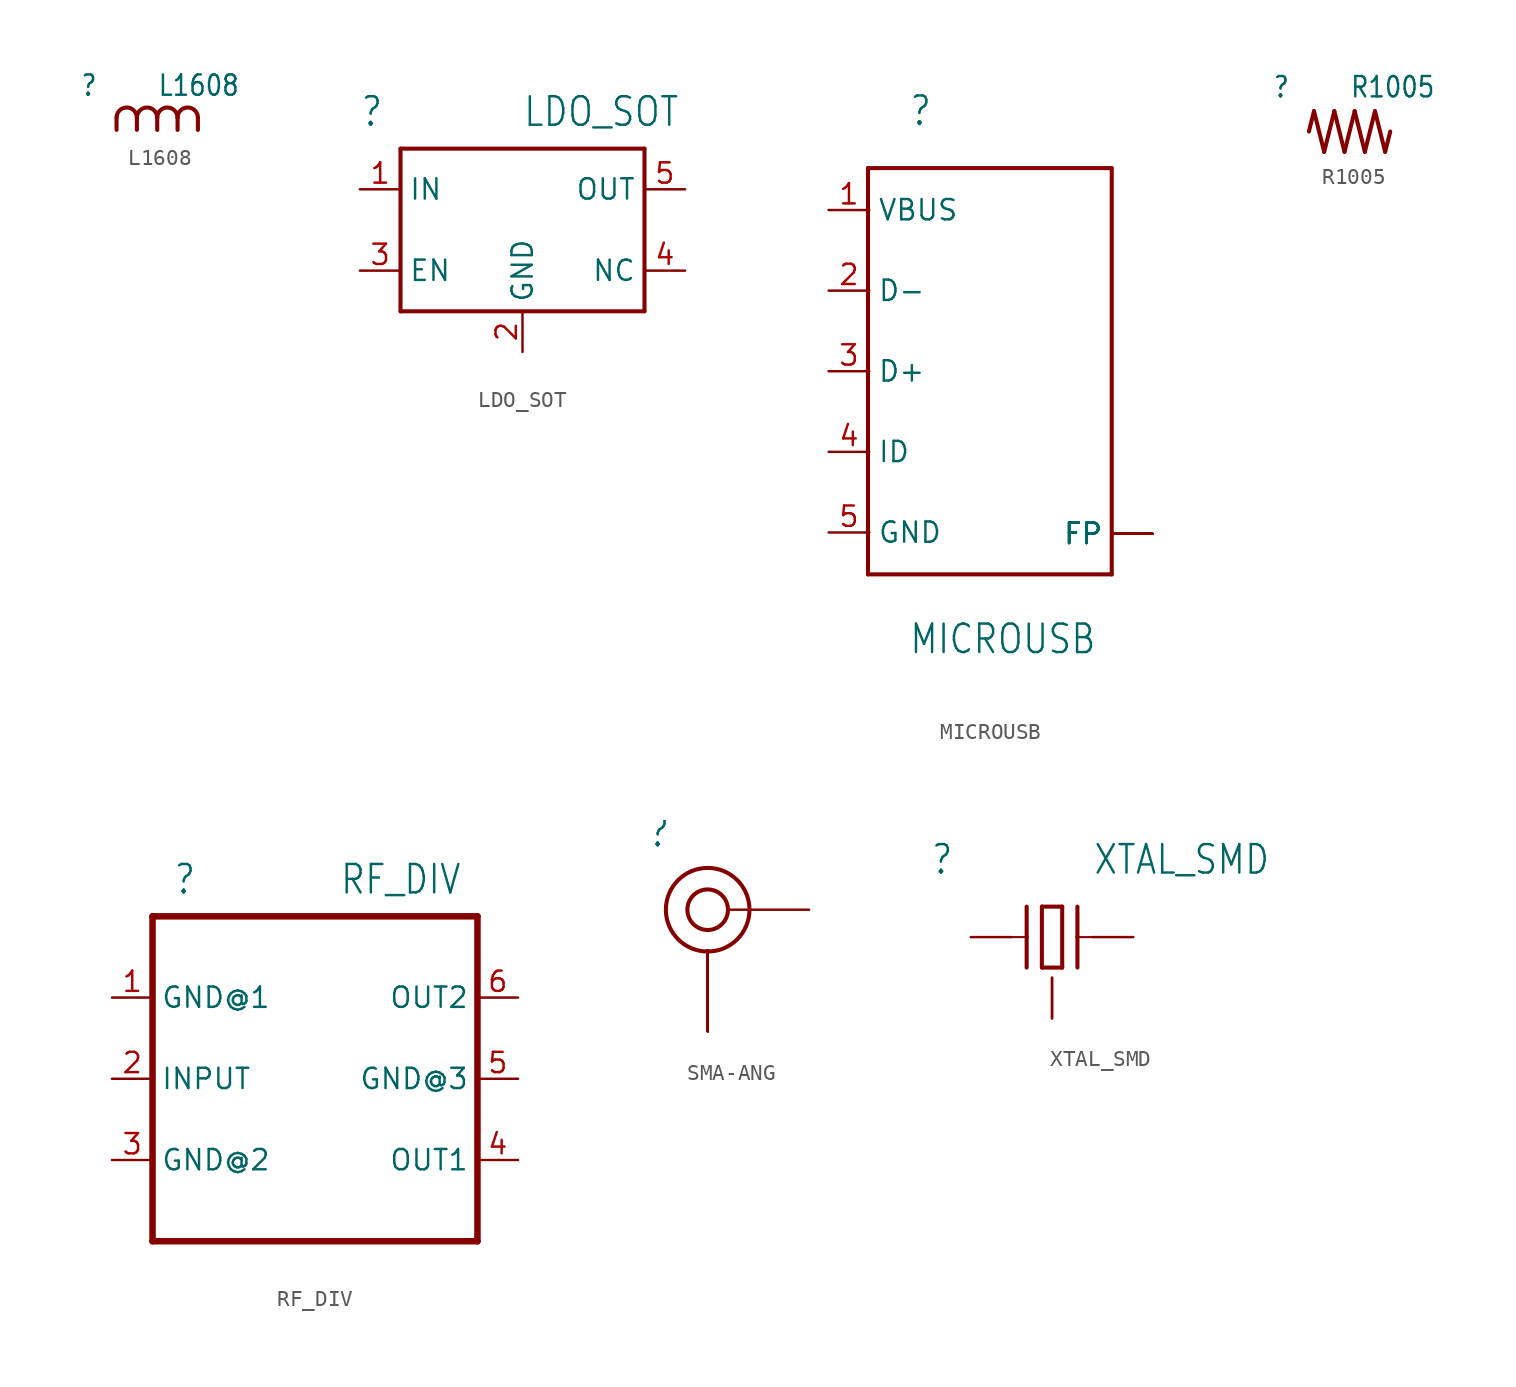
<source format=kicad_sym>
(kicad_symbol_lib
  (version 20211014)
  (generator kicad_symbol_editor)
  (symbol "L1608"
    (property "Reference" ""
      (at -4.826 2.032 0)
      (effects (font (size 1.27 1.079)) (justify left bottom)))
    (property "Value" "L1608"
      (at 0 2.032 0)
      (effects (font (size 1.27 1.079)) (justify left bottom)))
    (property "ki_locked" ""
      (at 0 0 0)
      (effects (font (size 1.27 1.27))))
    (symbol "L1608_1_0"
      (arc (start -1.27 0.762) (mid -1.905 1.397) (end -2.54 0.762) (stroke (width 0.254) (type default) (color 0 0 0 0)) (fill (type none)))
      (polyline (pts (xy -2.54 0) (xy -2.54 0.762)) (stroke (width 0.254) (type default) (color 0 0 0 0)) (fill (type none)))
      (polyline (pts (xy -1.27 0) (xy -1.27 0.762)) (stroke (width 0.254) (type default) (color 0 0 0 0)) (fill (type none)))
      (polyline (pts (xy 0 0) (xy 0 0.762)) (stroke (width 0.254) (type default) (color 0 0 0 0)) (fill (type none)))
      (polyline (pts (xy 1.27 0) (xy 1.27 0.762)) (stroke (width 0.254) (type default) (color 0 0 0 0)) (fill (type none)))
      (polyline (pts (xy 2.54 0.762) (xy 2.54 0)) (stroke (width 0.254) (type default) (color 0 0 0 0)) (fill (type none)))
      (arc (start 0 0.762) (mid -0.635 1.397) (end -1.27 0.762) (stroke (width 0.254) (type default) (color 0 0 0 0)) (fill (type none)))
      (arc (start 1.27 0.762) (mid 0.635 1.397) (end 0 0.762) (stroke (width 0.254) (type default) (color 0 0 0 0)) (fill (type none)))
      (arc (start 2.54 0.762) (mid 1.905 1.397) (end 1.27 0.762) (stroke (width 0.254) (type default) (color 0 0 0 0)) (fill (type none)))
      (pin passive line (at -2.54 0 0) (length 0) (name "P$1" (effects (font (size 0 0)))) (number "1" (effects (font (size 0 0)))))
      (pin passive line (at 2.54 0 0) (length 0) (name "P$2" (effects (font (size 0 0)))) (number "2" (effects (font (size 0 0)))))))
  (symbol "LDO_SOT"
    (property "Reference" ""
      (at -10.16 6.35 0)
      (effects (font (size 1.778 1.511)) (justify left bottom)))
    (property "Value" "LDO_SOT"
      (at 0 6.35 0)
      (effects (font (size 1.778 1.511)) (justify left bottom)))
    (property "ki_locked" ""
      (at 0 0 0)
      (effects (font (size 1.27 1.27))))
    (symbol "LDO_SOT_1_0"
      (polyline (pts (xy -7.62 -5.08) (xy -7.62 5.08)) (stroke (width 0.254) (type default) (color 0 0 0 0)) (fill (type none)))
      (polyline (pts (xy -7.62 5.08) (xy 7.62 5.08)) (stroke (width 0.254) (type default) (color 0 0 0 0)) (fill (type none)))
      (polyline (pts (xy 7.62 -5.08) (xy -7.62 -5.08)) (stroke (width 0.254) (type default) (color 0 0 0 0)) (fill (type none)))
      (polyline (pts (xy 7.62 5.08) (xy 7.62 -5.08)) (stroke (width 0.254) (type default) (color 0 0 0 0)) (fill (type none)))
      (pin bidirectional line (at -10.16 2.54 0) (length 2.54) (name "IN" (effects (font (size 1.27 1.27)))) (number "1" (effects (font (size 1.27 1.27)))))
      (pin bidirectional line (at 0 -7.62 90) (length 2.54) (name "GND" (effects (font (size 1.27 1.27)))) (number "2" (effects (font (size 1.27 1.27)))))
      (pin bidirectional line (at -10.16 -2.54 0) (length 2.54) (name "EN" (effects (font (size 1.27 1.27)))) (number "3" (effects (font (size 1.27 1.27)))))
      (pin bidirectional line (at 10.16 -2.54 180) (length 2.54) (name "NC" (effects (font (size 1.27 1.27)))) (number "4" (effects (font (size 1.27 1.27)))))
      (pin bidirectional line (at 10.16 2.54 180) (length 2.54) (name "OUT" (effects (font (size 1.27 1.27)))) (number "5" (effects (font (size 1.27 1.27)))))))
  (symbol "MICROUSB"
    (property "Reference" ""
      (at -5.08 15.24 0)
      (effects (font (size 1.778 1.511)) (justify left bottom)))
    (property "Value" "MICROUSB"
      (at -5.08 -17.78 0)
      (effects (font (size 1.778 1.511)) (justify left bottom)))
    (property "ki_locked" ""
      (at 0 0 0)
      (effects (font (size 1.27 1.27))))
    (symbol "MICROUSB_1_0"
      (polyline (pts (xy -7.62 -12.7) (xy 7.62 -12.7)) (stroke (width 0.254) (type default) (color 0 0 0 0)) (fill (type none)))
      (polyline (pts (xy -7.62 12.7) (xy -7.62 -12.7)) (stroke (width 0.254) (type default) (color 0 0 0 0)) (fill (type none)))
      (polyline (pts (xy 7.62 -12.7) (xy 7.62 12.7)) (stroke (width 0.254) (type default) (color 0 0 0 0)) (fill (type none)))
      (polyline (pts (xy 7.62 12.7) (xy -7.62 12.7)) (stroke (width 0.254) (type default) (color 0 0 0 0)) (fill (type none)))
      (pin power_in line (at -10.08 10.08 0) (length 2.54) (name "VBUS" (effects (font (size 1.27 1.27)))) (number "1" (effects (font (size 1.27 1.27)))))
      (pin bidirectional line (at -10.08 5.04 0) (length 2.54) (name "D-" (effects (font (size 1.27 1.27)))) (number "2" (effects (font (size 1.27 1.27)))))
      (pin bidirectional line (at -10.08 0 0) (length 2.54) (name "D+" (effects (font (size 1.27 1.27)))) (number "3" (effects (font (size 1.27 1.27)))))
      (pin bidirectional line (at -10.08 -5.04 0) (length 2.54) (name "ID" (effects (font (size 1.27 1.27)))) (number "4" (effects (font (size 1.27 1.27)))))
      (pin power_in line (at -10.08 -10.08 0) (length 2.54) (name "GND" (effects (font (size 1.27 1.27)))) (number "5" (effects (font (size 1.27 1.27)))))
      (pin power_in line (at 10.16 -10.16 180) (length 2.54) (name "FP" (effects (font (size 1.27 1.27)))) (number "G1" (effects (font (size 0 0)))))
      (pin power_in line (at 10.16 -10.16 180) (length 2.54) (name "FP" (effects (font (size 1.27 1.27)))) (number "G2" (effects (font (size 0 0)))))
      (pin power_in line (at 10.16 -10.16 180) (length 2.54) (name "FP" (effects (font (size 1.27 1.27)))) (number "G3" (effects (font (size 0 0)))))
      (pin power_in line (at 10.16 -10.16 180) (length 2.54) (name "FP" (effects (font (size 1.27 1.27)))) (number "G4" (effects (font (size 0 0)))))
      (pin power_in line (at 10.16 -10.16 180) (length 2.54) (name "FP" (effects (font (size 1.27 1.27)))) (number "G5" (effects (font (size 0 0)))))
      (pin power_in line (at 10.16 -10.16 180) (length 2.54) (name "FP" (effects (font (size 1.27 1.27)))) (number "G6" (effects (font (size 0 0)))))))
  (symbol "R1005"
    (property "Reference" ""
      (at -4.826 2.032 0)
      (effects (font (size 1.27 1.079)) (justify left bottom)))
    (property "Value" "R1005"
      (at 0 2.032 0)
      (effects (font (size 1.27 1.079)) (justify left bottom)))
    (property "ki_locked" ""
      (at 0 0 0)
      (effects (font (size 1.27 1.27))))
    (symbol "R1005_1_0"
      (polyline (pts (xy -2.54 0) (xy -2.223 1.27)) (stroke (width 0.254) (type default) (color 0 0 0 0)) (fill (type none)))
      (polyline (pts (xy -2.223 1.27) (xy -1.587 -1.27)) (stroke (width 0.254) (type default) (color 0 0 0 0)) (fill (type none)))
      (polyline (pts (xy -1.587 -1.27) (xy -0.953 1.27)) (stroke (width 0.254) (type default) (color 0 0 0 0)) (fill (type none)))
      (polyline (pts (xy -0.953 1.27) (xy -0.318 -1.27)) (stroke (width 0.254) (type default) (color 0 0 0 0)) (fill (type none)))
      (polyline (pts (xy -0.318 -1.27) (xy 0.318 1.27)) (stroke (width 0.254) (type default) (color 0 0 0 0)) (fill (type none)))
      (polyline (pts (xy 0.318 1.27) (xy 0.953 -1.27)) (stroke (width 0.254) (type default) (color 0 0 0 0)) (fill (type none)))
      (polyline (pts (xy 0.953 -1.27) (xy 1.587 1.27)) (stroke (width 0.254) (type default) (color 0 0 0 0)) (fill (type none)))
      (polyline (pts (xy 1.587 1.27) (xy 2.223 -1.27)) (stroke (width 0.254) (type default) (color 0 0 0 0)) (fill (type none)))
      (polyline (pts (xy 2.223 -1.27) (xy 2.54 0)) (stroke (width 0.254) (type default) (color 0 0 0 0)) (fill (type none)))
      (pin passive line (at -2.54 0 0) (length 0) (name "P$1" (effects (font (size 0 0)))) (number "1" (effects (font (size 0 0)))))
      (pin passive line (at 2.54 0 0) (length 0) (name "P$2" (effects (font (size 0 0)))) (number "2" (effects (font (size 0 0)))))))
  (symbol "RF_DIV"
    (property "Reference" ""
      (at -8.89 11.43 0)
      (effects (font (size 1.778 1.511)) (justify left bottom)))
    (property "Value" "RF_DIV"
      (at 1.524 11.43 0)
      (effects (font (size 1.778 1.511)) (justify left bottom)))
    (property "ki_locked" ""
      (at 0 0 0)
      (effects (font (size 1.27 1.27))))
    (symbol "RF_DIV_1_0"
      (polyline (pts (xy -10.16 -10.16) (xy 10.16 -10.16)) (stroke (width 0.406) (type default) (color 0 0 0 0)) (fill (type none)))
      (polyline (pts (xy -10.16 10.16) (xy -10.16 -10.16)) (stroke (width 0.406) (type default) (color 0 0 0 0)) (fill (type none)))
      (polyline (pts (xy 10.16 -10.16) (xy 10.16 10.16)) (stroke (width 0.406) (type default) (color 0 0 0 0)) (fill (type none)))
      (polyline (pts (xy 10.16 10.16) (xy -10.16 10.16)) (stroke (width 0.406) (type default) (color 0 0 0 0)) (fill (type none)))
      (pin bidirectional line (at -12.7 5.08 0) (length 2.54) (name "GND@1" (effects (font (size 1.27 1.27)))) (number "1" (effects (font (size 1.27 1.27)))))
      (pin input line (at -12.7 0 0) (length 2.54) (name "INPUT" (effects (font (size 1.27 1.27)))) (number "2" (effects (font (size 1.27 1.27)))))
      (pin bidirectional line (at -12.7 -5.08 0) (length 2.54) (name "GND@2" (effects (font (size 1.27 1.27)))) (number "3" (effects (font (size 1.27 1.27)))))
      (pin bidirectional line (at 12.7 -5.08 180) (length 2.54) (name "OUT1" (effects (font (size 1.27 1.27)))) (number "4" (effects (font (size 1.27 1.27)))))
      (pin bidirectional line (at 12.7 0 180) (length 2.54) (name "GND@3" (effects (font (size 1.27 1.27)))) (number "5" (effects (font (size 1.27 1.27)))))
      (pin bidirectional line (at 12.7 5.08 180) (length 2.54) (name "OUT2" (effects (font (size 1.27 1.27)))) (number "6" (effects (font (size 1.27 1.27)))))))
  (symbol "SMA-ANG"
    (property "Reference" ""
      (at -3.81 3.81 0)
      (effects (font (size 1.778 1.511)) (justify left bottom)))
    (property "ki_locked" ""
      (at 0 0 0)
      (effects (font (size 1.27 1.27))))
    (symbol "SMA-ANG_1_0"
      (circle (center 0 0) (radius 1.27) (stroke (width 0.254) (type default) (color 0 0 0 0)) (fill (type none)))
      (circle (center 0 0) (radius 2.618) (stroke (width 0.254) (type default) (color 0 0 0 0)) (fill (type none)))
      (pin passive line (at 6.35 0 180) (length 5.08) (name "RF" (effects (font (size 0 0)))) (number "P1" (effects (font (size 0 0)))))
      (pin passive line (at 0 -7.62 90) (length 5.08) (name "GND" (effects (font (size 0 0)))) (number "P2" (effects (font (size 0 0)))))
      (pin passive line (at 0 -7.62 90) (length 5.08) (name "GND" (effects (font (size 0 0)))) (number "P3" (effects (font (size 0 0)))))
      (pin passive line (at 0 -7.62 90) (length 5.08) (name "GND" (effects (font (size 0 0)))) (number "P4" (effects (font (size 0 0)))))
      (pin passive line (at 0 -7.62 90) (length 5.08) (name "GND" (effects (font (size 0 0)))) (number "P5" (effects (font (size 0 0)))))))
  (symbol "XTAL_SMD"
    (property "Reference" ""
      (at -7.62 3.81 0)
      (effects (font (size 1.778 1.511)) (justify left bottom)))
    (property "Value" "XTAL_SMD"
      (at 2.54 3.81 0)
      (effects (font (size 1.778 1.511)) (justify left bottom)))
    (property "ki_locked" ""
      (at 0 0 0)
      (effects (font (size 1.27 1.27))))
    (symbol "XTAL_SMD_1_0"
      (polyline (pts (xy -2.54 0) (xy -1.587 0)) (stroke (width 0.127) (type default) (color 0 0 0 0)) (fill (type none)))
      (polyline (pts (xy -1.587 -1.905) (xy -1.587 0)) (stroke (width 0.254) (type default) (color 0 0 0 0)) (fill (type none)))
      (polyline (pts (xy -1.587 0) (xy -1.587 1.905)) (stroke (width 0.254) (type default) (color 0 0 0 0)) (fill (type none)))
      (polyline (pts (xy -0.635 -1.905) (xy 0.635 -1.905)) (stroke (width 0.254) (type default) (color 0 0 0 0)) (fill (type none)))
      (polyline (pts (xy -0.635 1.905) (xy -0.635 -1.905)) (stroke (width 0.254) (type default) (color 0 0 0 0)) (fill (type none)))
      (polyline (pts (xy 0.635 -1.905) (xy 0.635 1.905)) (stroke (width 0.254) (type default) (color 0 0 0 0)) (fill (type none)))
      (polyline (pts (xy 0.635 1.905) (xy -0.635 1.905)) (stroke (width 0.254) (type default) (color 0 0 0 0)) (fill (type none)))
      (polyline (pts (xy 1.587 -1.905) (xy 1.587 0)) (stroke (width 0.254) (type default) (color 0 0 0 0)) (fill (type none)))
      (polyline (pts (xy 1.587 0) (xy 1.587 1.905)) (stroke (width 0.254) (type default) (color 0 0 0 0)) (fill (type none)))
      (polyline (pts (xy 1.587 0) (xy 2.54 0)) (stroke (width 0.127) (type default) (color 0 0 0 0)) (fill (type none)))
      (pin passive line (at -5.08 0 0) (length 2.54) (name "XTAL1" (effects (font (size 0 0)))) (number "P1" (effects (font (size 0 0)))))
      (pin passive line (at 0 -5.08 90) (length 2.54) (name "GND" (effects (font (size 0 0)))) (number "P2" (effects (font (size 0 0)))))
      (pin passive line (at 5.08 0 180) (length 2.54) (name "XTAL2" (effects (font (size 0 0)))) (number "P3" (effects (font (size 0 0)))))
      (pin passive line (at 0 -5.08 90) (length 2.54) (name "GND" (effects (font (size 0 0)))) (number "P4" (effects (font (size 0 0))))))))
</source>
